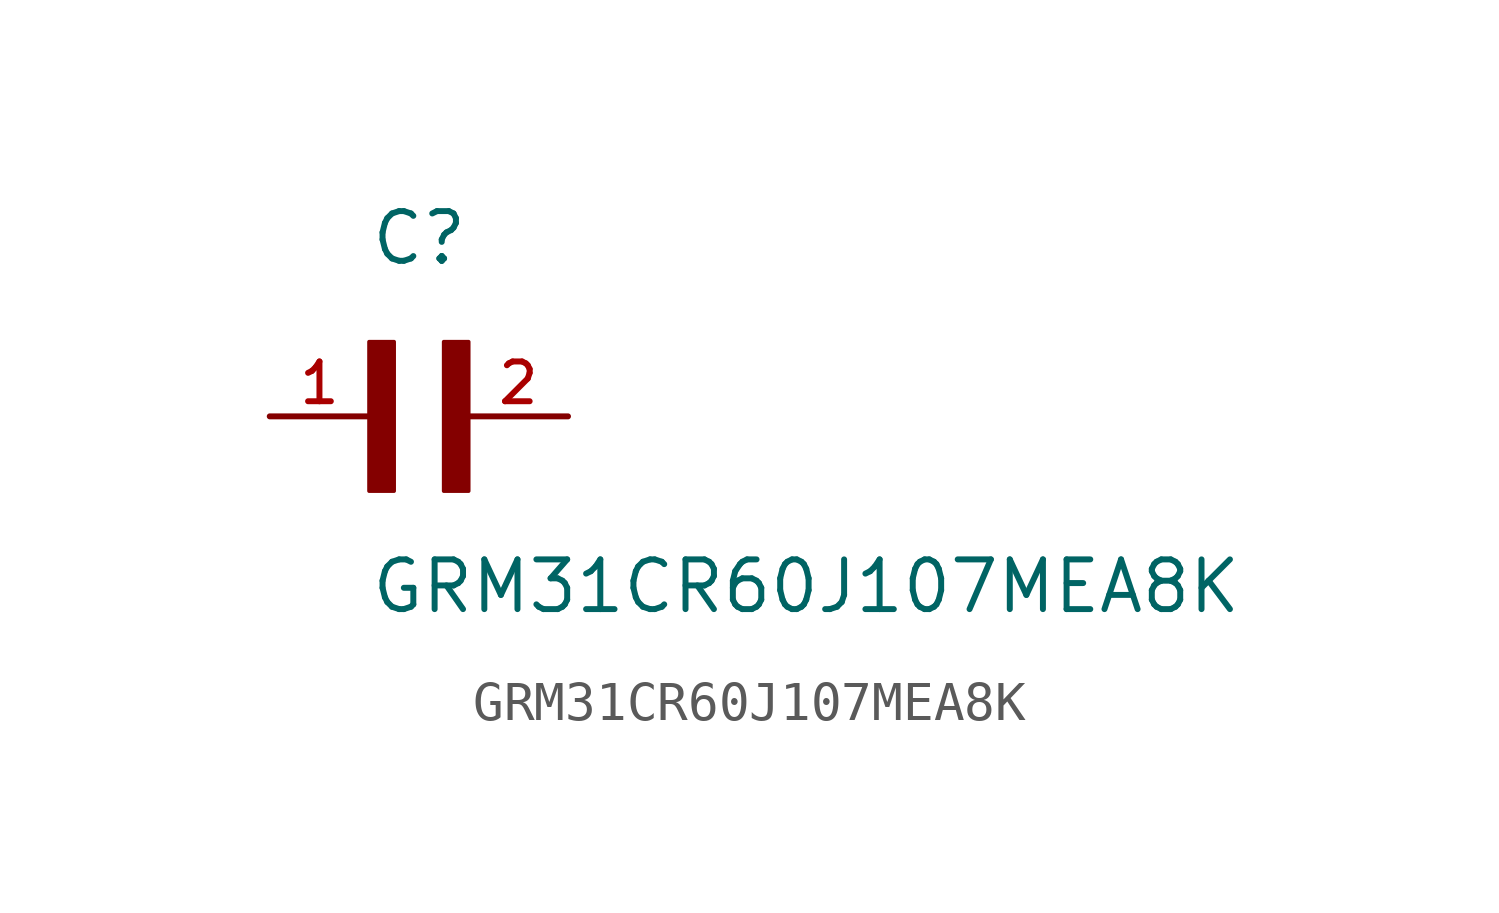
<source format=kicad_sym>
(kicad_symbol_lib
  (version 20211014)
  (generator kicad_symbol_editor)
  (symbol "GRM31CR60J107MEA8K"
    (pin_names
      (offset 1.016))
    (property "Reference" "C"
      (at 0.0 3.811 0)
      (effects (font (size 1.27 1.27)) (justify bottom left)))
    (property "Value" "GRM31CR60J107MEA8K"
      (at 0.0 -5.088 0)
      (effects (font (size 1.27 1.27)) (justify bottom left)))
    (symbol "GRM31CR60J107MEA8K_0_0"
      (rectangle (start 0.0 -1.907) (end 0.635 1.905) (stroke (width 0.1)) (fill (type outline)))
      (rectangle (start 1.907 -1.907) (end 2.54 1.905) (stroke (width 0.1)) (fill (type outline)))
      (pin passive line (at 5.08 0.0 180.0) (length 2.54) (name "~" (effects (font (size 1.016 1.016)))) (number "2" (effects (font (size 1.016 1.016)))))
      (pin passive line (at -2.54 0.0 0) (length 2.54) (name "~" (effects (font (size 1.016 1.016)))) (number "1" (effects (font (size 1.016 1.016))))))))
</source>
